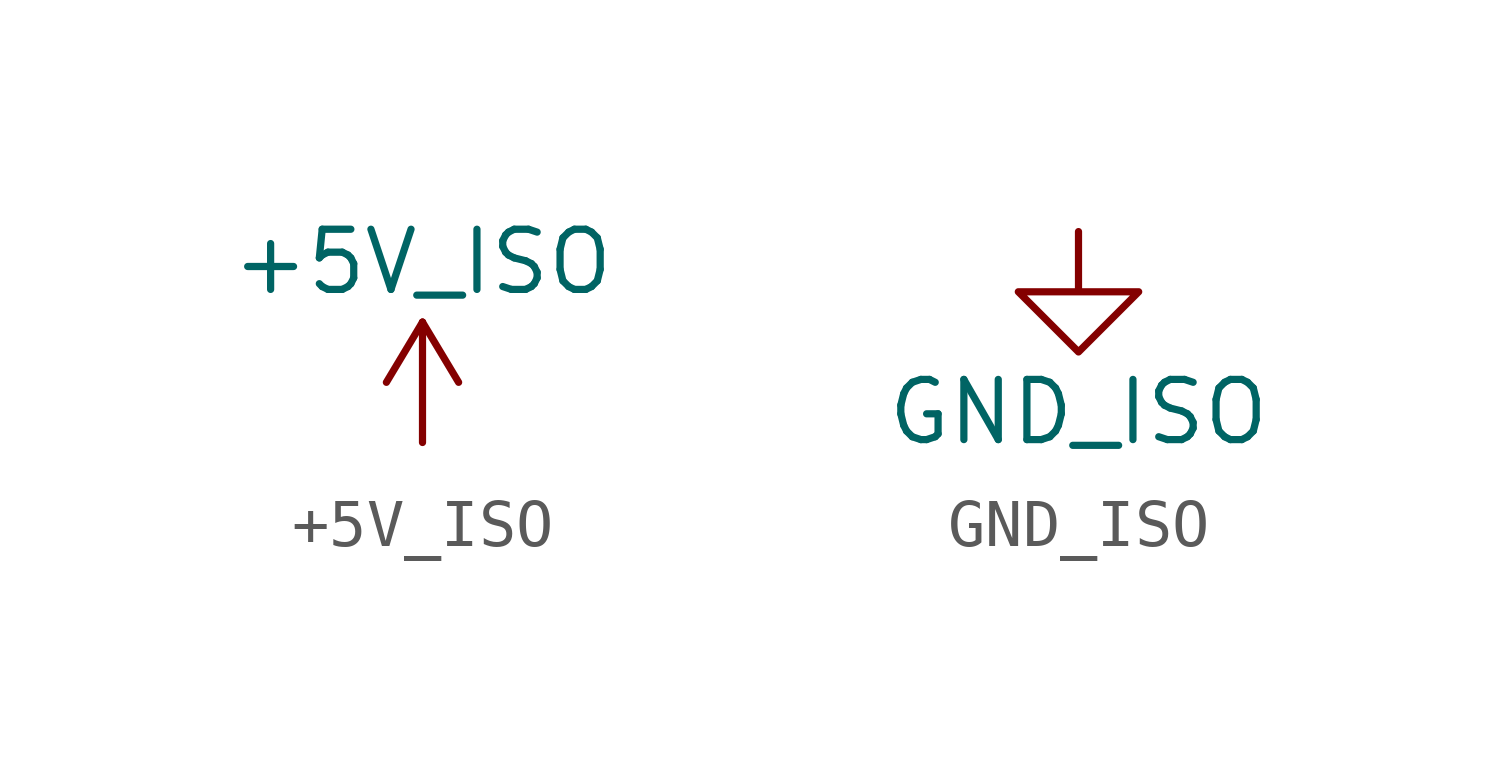
<source format=kicad_sym>
(kicad_symbol_lib
  (version 20220914)
  (generator kicad_symbol_editor)
  (symbol "+5V_ISO"
    (power)
    (property "Reference" "#PWR"
      (at -3.81 -1.27 0)
      (effects (font (size 1.27 1.27)) hide))
    (property "Value" "+5V_ISO"
      (at 0 3.81 0)
      (effects (font (size 1.27 1.27))))
    (symbol "+5V_ISO_0_1"
      (polyline (pts (xy -0.762 1.27) (xy 0 2.54)) (stroke (width 0) (type default)) (fill (type none)))
      (polyline (pts (xy 0 0) (xy 0 2.54)) (stroke (width 0) (type default)) (fill (type none)))
      (polyline (pts (xy 0 2.54) (xy 0.762 1.27)) (stroke (width 0) (type default)) (fill (type none))))
    (symbol "+5V_ISO_1_1"
      (pin power_in line (at 0 0 90) (length 0) hide (name "+5V_ISO" (effects (font (size 1.27 1.27)))) (number "1" (effects (font (size 1.27 1.27)))))))
  (symbol "GND_ISO"
    (power)
    (property "Reference" "#PWR"
      (at -6.35 3.81 0)
      (effects (font (size 1.27 1.27)) hide))
    (property "Value" "GND_ISO"
      (at 0 -3.81 0)
      (effects (font (size 1.27 1.27))))
    (symbol "GND_ISO_0_1"
      (polyline (pts (xy 0 0) (xy 0 -1.27) (xy 1.27 -1.27) (xy 0 -2.54) (xy -1.27 -1.27) (xy 0 -1.27)) (stroke (width 0) (type default)) (fill (type none))))
    (symbol "GND_ISO_1_1"
      (pin power_in line (at 0 0 270) (length 0) hide (name "GND_ISO" (effects (font (size 1.27 1.27)))) (number "1" (effects (font (size 1.27 1.27))))))))
</source>
